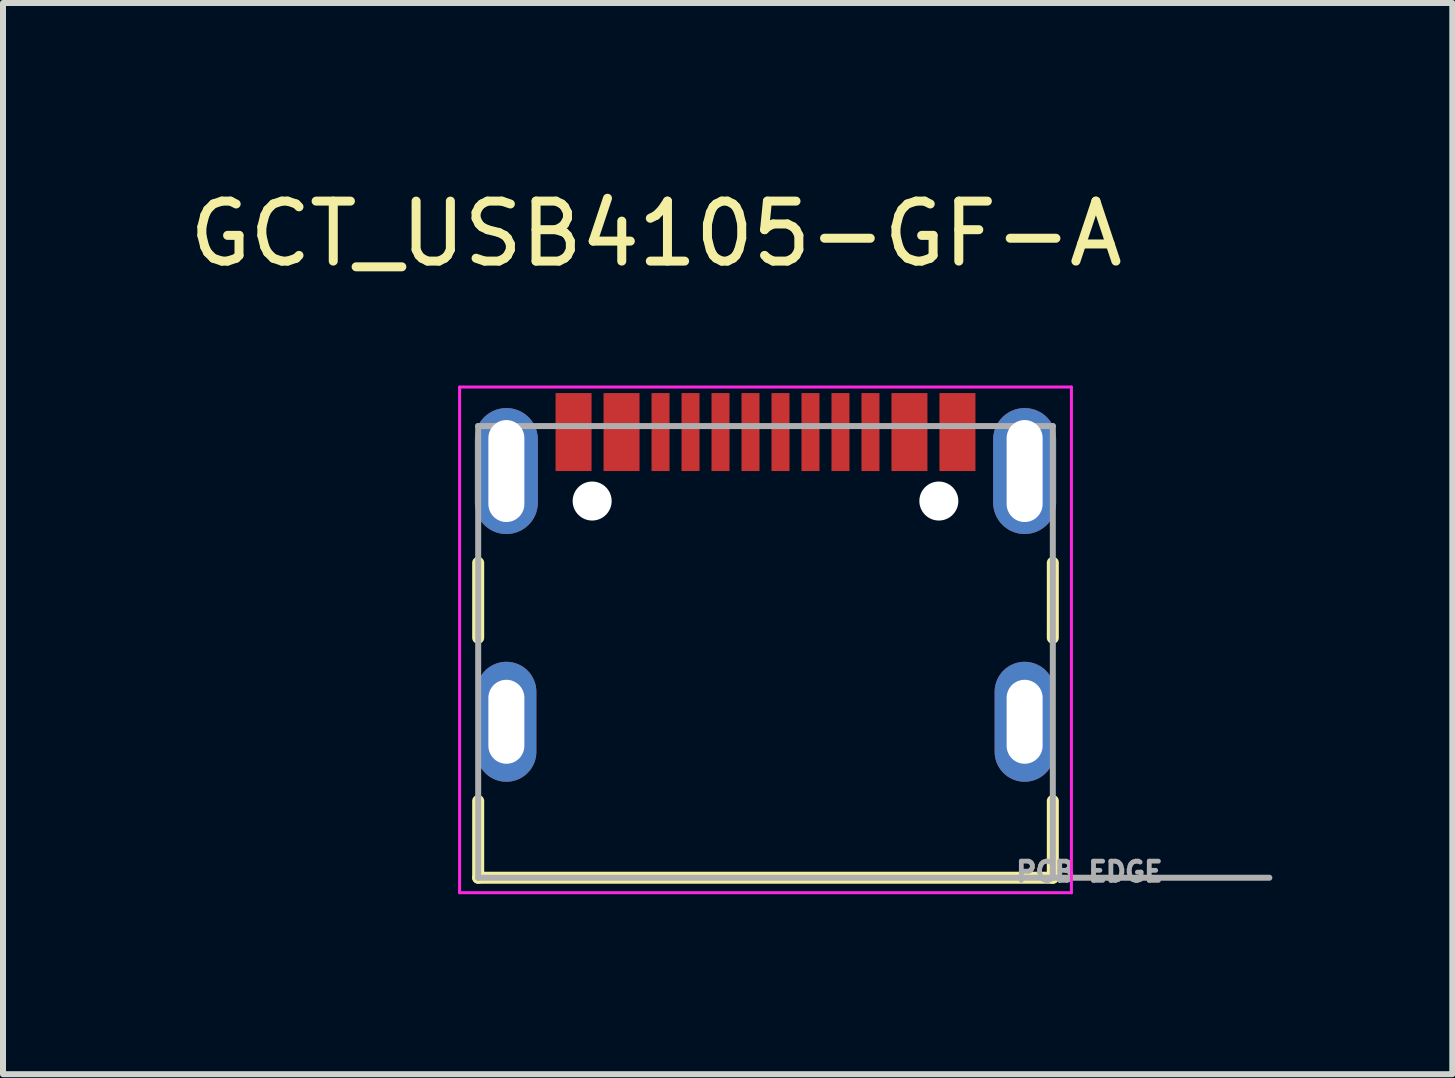
<source format=kicad_pcb>
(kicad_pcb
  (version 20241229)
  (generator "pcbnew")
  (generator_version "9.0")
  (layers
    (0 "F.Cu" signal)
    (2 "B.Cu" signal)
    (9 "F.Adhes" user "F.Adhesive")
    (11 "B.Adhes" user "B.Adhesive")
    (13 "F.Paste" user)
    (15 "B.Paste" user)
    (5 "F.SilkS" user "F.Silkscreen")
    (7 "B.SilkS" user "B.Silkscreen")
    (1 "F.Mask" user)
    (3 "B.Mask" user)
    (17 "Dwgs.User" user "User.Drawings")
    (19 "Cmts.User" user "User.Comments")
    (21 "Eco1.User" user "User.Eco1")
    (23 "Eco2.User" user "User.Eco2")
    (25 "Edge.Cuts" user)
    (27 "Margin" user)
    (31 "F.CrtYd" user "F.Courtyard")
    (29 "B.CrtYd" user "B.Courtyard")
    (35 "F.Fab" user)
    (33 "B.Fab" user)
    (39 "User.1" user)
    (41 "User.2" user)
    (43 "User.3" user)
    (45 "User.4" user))
  (footprint "GCT_USB4105-GF-A"
    (layer "F.Cu")
    (at 9.712 8.983)
    (property "Reference" "GCT_USB4105-GF-A" (at -1.825 -8.135 0) (layer "F.SilkS") (effects (font (size 1 1) (thickness 0.15))))
    (attr smd)
    (fp_line (start -4.79 -2.65) (end -4.79 -1.4) (stroke (width 0.2) (type solid)) (layer "F.SilkS"))
    (fp_line (start -4.79 1.32) (end -4.79 2.6) (stroke (width 0.2) (type solid)) (layer "F.SilkS"))
    (fp_line (start -4.79 2.6) (end 4.79 2.6) (stroke (width 0.2) (type solid)) (layer "F.SilkS"))
    (fp_line (start 4.79 -2.65) (end 4.79 -1.4) (stroke (width 0.2) (type solid)) (layer "F.SilkS"))
    (fp_line (start 4.79 2.6) (end 4.79 1.32) (stroke (width 0.2) (type solid)) (layer "F.SilkS"))
    (fp_line (start -5.1 -5.58) (end -5.1 2.85) (stroke (width 0.05) (type solid)) (layer "F.CrtYd"))
    (fp_line (start -5.1 2.85) (end 5.1 2.85) (stroke (width 0.05) (type solid)) (layer "F.CrtYd"))
    (fp_line (start 5.1 -5.58) (end -5.1 -5.58) (stroke (width 0.05) (type solid)) (layer "F.CrtYd"))
    (fp_line (start 5.1 2.85) (end 5.1 -5.58) (stroke (width 0.05) (type solid)) (layer "F.CrtYd"))
    (fp_line (start -4.79 -4.93) (end 4.79 -4.93) (stroke (width 0.1) (type solid)) (layer "F.Fab"))
    (fp_line (start -4.79 2.6) (end -4.79 -4.93) (stroke (width 0.1) (type solid)) (layer "F.Fab"))
    (fp_line (start 4.79 -4.93) (end 4.79 2.6) (stroke (width 0.1) (type solid)) (layer "F.Fab"))
    (fp_line (start 4.79 2.6) (end -4.79 2.6) (stroke (width 0.1) (type solid)) (layer "F.Fab"))
    (fp_line (start 4.8 2.6) (end 8.4 2.6) (stroke (width 0.1) (type solid)) (layer "F.Fab"))
    (fp_text user "PCB EDGE" (at 5.4 2.5 0) (layer "F.Fab") (effects (font (size 0.32 0.32) (thickness 0.15))))
    (pad "" np_thru_hole circle (at -2.89 -3.68) (size 0.65 0.65) (drill 0.65) (layers "*.Cu" "*.Mask"))
    (pad "" np_thru_hole circle (at 2.89 -3.68) (size 0.65 0.65) (drill 0.65) (layers "*.Cu" "*.Mask"))
    (pad "A1_B12" smd rect (at -3.2 -4.83) (size 0.6 1.3) (layers "F.Cu" "F.Mask" "F.Paste"))
    (pad "A4_B9" smd rect (at -2.4 -4.83) (size 0.6 1.3) (layers "F.Cu" "F.Mask" "F.Paste"))
    (pad "A5" smd rect (at -1.25 -4.83) (size 0.3 1.3) (layers "F.Cu" "F.Mask" "F.Paste"))
    (pad "A6" smd rect (at -0.25 -4.83) (size 0.3 1.3) (layers "F.Cu" "F.Mask" "F.Paste"))
    (pad "A7" smd rect (at 0.25 -4.83) (size 0.3 1.3) (layers "F.Cu" "F.Mask" "F.Paste"))
    (pad "A8" smd rect (at 1.25 -4.83) (size 0.3 1.3) (layers "F.Cu" "F.Mask" "F.Paste"))
    (pad "B1_A12" smd rect (at 3.2 -4.83) (size 0.6 1.3) (layers "F.Cu" "F.Mask" "F.Paste"))
    (pad "B4_A9" smd rect (at 2.4 -4.83) (size 0.6 1.3) (layers "F.Cu" "F.Mask" "F.Paste"))
    (pad "B5" smd rect (at 1.75 -4.83) (size 0.3 1.3) (layers "F.Cu" "F.Mask" "F.Paste"))
    (pad "B6" smd rect (at 0.75 -4.83) (size 0.3 1.3) (layers "F.Cu" "F.Mask" "F.Paste"))
    (pad "B7" smd rect (at -0.75 -4.83) (size 0.3 1.3) (layers "F.Cu" "F.Mask" "F.Paste"))
    (pad "B8" smd rect (at -1.75 -4.83) (size 0.3 1.3) (layers "F.Cu" "F.Mask" "F.Paste"))
    (pad "S1" thru_hole oval (at -4.32 -4.18) (size 1.05 2.1) (drill oval 0.6 1.7) (layers "*.Cu" "*.Mask"))
    (pad "S2" thru_hole oval (at -4.32 0) (size 1 2) (drill oval 0.6 1.4) (layers "*.Cu" "*.Mask"))
    (pad "S3" thru_hole oval (at 4.32 0) (size 1 2) (drill oval 0.6 1.4) (layers "*.Cu" "*.Mask"))
    (pad "S4" thru_hole oval (at 4.32 -4.18) (size 1.05 2.1) (drill oval 0.6 1.7) (layers "*.Cu" "*.Mask")))
  (gr_rect
    (start -3 -3)
    (end 21.162 14.858)
    (stroke (width 0.1) (type default))
    (fill no)
    (layer "Edge.Cuts")))
</source>
